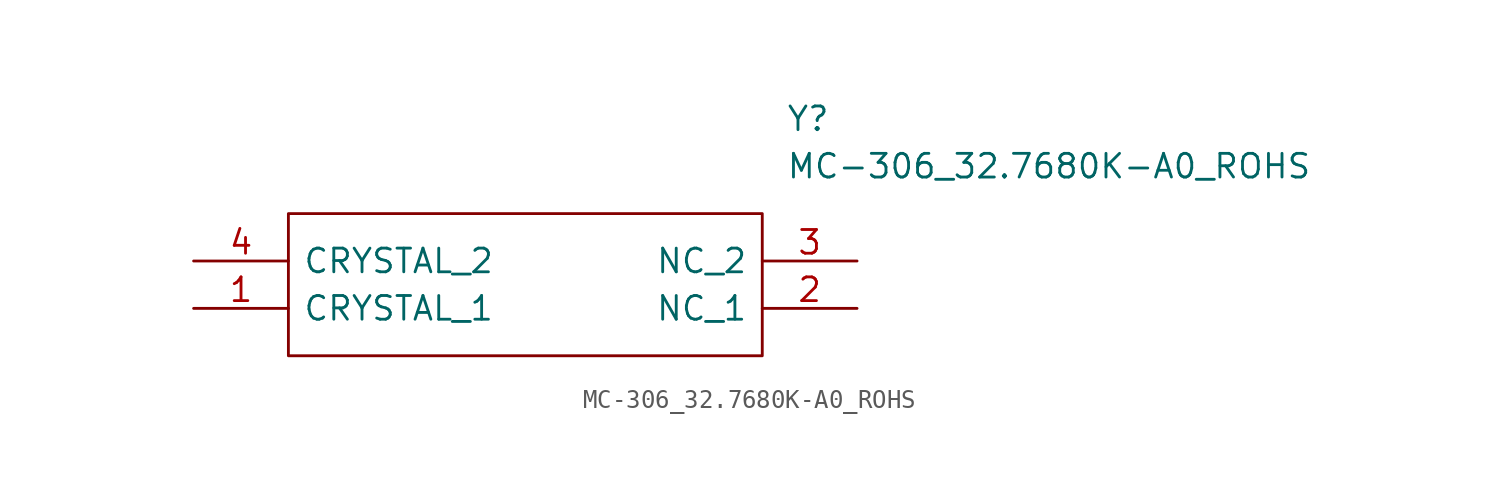
<source format=kicad_sym>
(kicad_symbol_lib
  (version 20211014)
  (generator kicad_symbol_editor)
  (symbol "MC-306_32.7680K-A0_ROHS"
    (pin_names
      (offset 0.762))
    (property "Reference" "Y"
      (at 31.75 7.62 0)
      (effects (font (size 1.27 1.27)) (justify left)))
    (property "Value" "MC-306_32.7680K-A0_ROHS"
      (at 31.75 5.08 0)
      (effects (font (size 1.27 1.27)) (justify left)))
    (symbol "MC-306_32.7680K-A0_ROHS_0_0"
      (pin passive line (at 0 -2.54 0) (length 5.08) (name "CRYSTAL_1" (effects (font (size 1.27 1.27)))) (number "1" (effects (font (size 1.27 1.27)))))
      (pin passive line (at 35.56 -2.54 180) (length 5.08) (name "NC_1" (effects (font (size 1.27 1.27)))) (number "2" (effects (font (size 1.27 1.27)))))
      (pin passive line (at 35.56 0 180) (length 5.08) (name "NC_2" (effects (font (size 1.27 1.27)))) (number "3" (effects (font (size 1.27 1.27)))))
      (pin passive line (at 0 0 0) (length 5.08) (name "CRYSTAL_2" (effects (font (size 1.27 1.27)))) (number "4" (effects (font (size 1.27 1.27))))))
    (symbol "MC-306_32.7680K-A0_ROHS_0_1"
      (polyline (pts (xy 5.08 2.54) (xy 30.48 2.54) (xy 30.48 -5.08) (xy 5.08 -5.08) (xy 5.08 2.54)) (stroke (width 0.152) (type default) (color 0 0 0 0)) (fill (type none))))))
</source>
